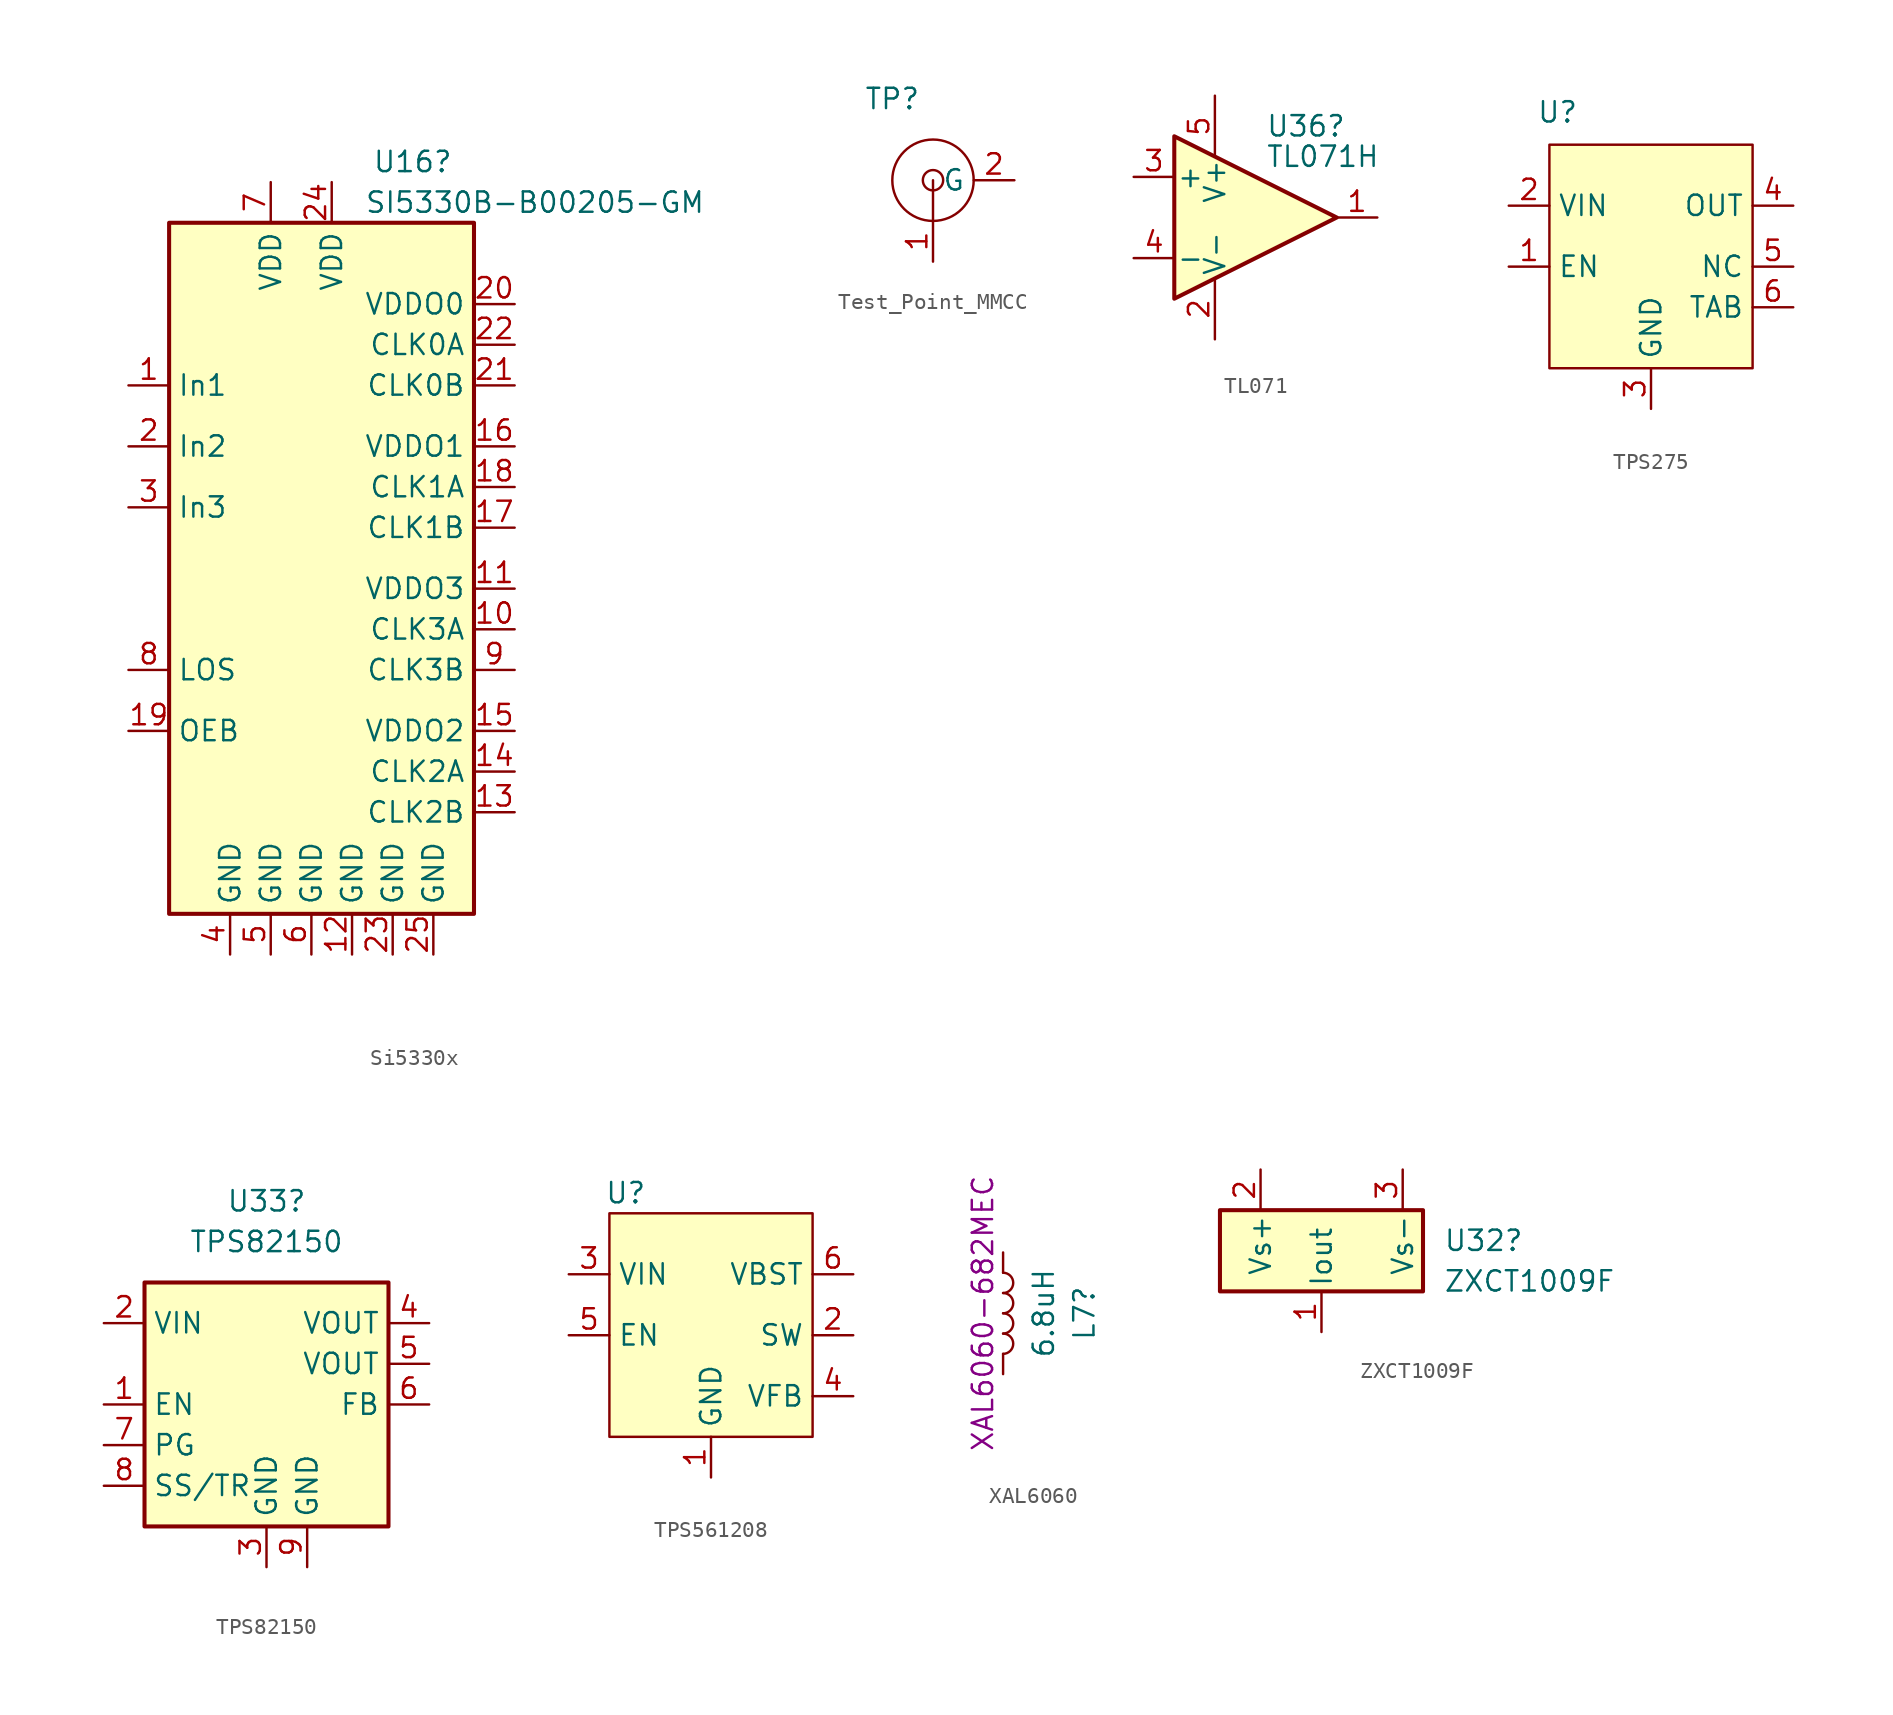
<source format=kicad_sym>
(kicad_symbol_lib
  (version 20241209)
  (generator "kicad_symbol_editor")
  (generator_version "9.0")
  (symbol "Si5330x"
    (property "Reference" "U16"
      (at 12.7 3.81 0)
      (effects (font (size 1.27 1.27)) (justify left)))
    (property "Value" "SI5330B-B00205-GM"
      (at 22.86 1.27 0)
      (effects (font (size 1.27 1.27))))
    (symbol "Si5330x_0_1"
      (rectangle (start 0 0) (end 19.05 -43.18) (stroke (width 0.254) (type default)) (fill (type background))))
    (symbol "Si5330x_1_1"
      (pin passive line (at -2.54 -10.16 0) (length 2.54) (name "In1" (effects (font (size 1.27 1.27)))) (number "1" (effects (font (size 1.27 1.27)))))
      (pin passive line (at -2.54 -13.97 0) (length 2.54) (name "In2" (effects (font (size 1.27 1.27)))) (number "2" (effects (font (size 1.27 1.27)))))
      (pin passive line (at -2.54 -17.78 0) (length 2.54) (name "In3" (effects (font (size 1.27 1.27)))) (number "3" (effects (font (size 1.27 1.27)))))
      (pin passive line (at -2.54 -27.94 0) (length 2.54) (name "LOS" (effects (font (size 1.27 1.27)))) (number "8" (effects (font (size 1.27 1.27)))))
      (pin passive line (at -2.54 -31.75 0) (length 2.54) (name "OEB" (effects (font (size 1.27 1.27)))) (number "19" (effects (font (size 1.27 1.27)))))
      (pin passive line (at 3.81 -45.72 90) (length 2.54) (name "GND" (effects (font (size 1.27 1.27)))) (number "4" (effects (font (size 1.27 1.27)))))
      (pin passive line (at 6.35 2.54 270) (length 2.54) (name "VDD" (effects (font (size 1.27 1.27)))) (number "7" (effects (font (size 1.27 1.27)))))
      (pin passive line (at 6.35 -45.72 90) (length 2.54) (name "GND" (effects (font (size 1.27 1.27)))) (number "5" (effects (font (size 1.27 1.27)))))
      (pin passive line (at 8.89 -45.72 90) (length 2.54) (name "GND" (effects (font (size 1.27 1.27)))) (number "6" (effects (font (size 1.27 1.27)))))
      (pin passive line (at 10.16 2.54 270) (length 2.54) (name "VDD" (effects (font (size 1.27 1.27)))) (number "24" (effects (font (size 1.27 1.27)))))
      (pin passive line (at 11.43 -45.72 90) (length 2.54) (name "GND" (effects (font (size 1.27 1.27)))) (number "12" (effects (font (size 1.27 1.27)))))
      (pin passive line (at 13.97 -45.72 90) (length 2.54) (name "GND" (effects (font (size 1.27 1.27)))) (number "23" (effects (font (size 1.27 1.27)))))
      (pin passive line (at 16.51 -45.72 90) (length 2.54) (name "GND" (effects (font (size 1.27 1.27)))) (number "25" (effects (font (size 1.27 1.27)))))
      (pin passive line (at 21.59 -5.08 180) (length 2.54) (name "VDDO0" (effects (font (size 1.27 1.27)))) (number "20" (effects (font (size 1.27 1.27)))))
      (pin passive line (at 21.59 -7.62 180) (length 2.54) (name "CLK0A" (effects (font (size 1.27 1.27)))) (number "22" (effects (font (size 1.27 1.27)))))
      (pin passive line (at 21.59 -10.16 180) (length 2.54) (name "CLK0B" (effects (font (size 1.27 1.27)))) (number "21" (effects (font (size 1.27 1.27)))))
      (pin passive line (at 21.59 -13.97 180) (length 2.54) (name "VDDO1" (effects (font (size 1.27 1.27)))) (number "16" (effects (font (size 1.27 1.27)))))
      (pin passive line (at 21.59 -16.51 180) (length 2.54) (name "CLK1A" (effects (font (size 1.27 1.27)))) (number "18" (effects (font (size 1.27 1.27)))))
      (pin passive line (at 21.59 -19.05 180) (length 2.54) (name "CLK1B" (effects (font (size 1.27 1.27)))) (number "17" (effects (font (size 1.27 1.27)))))
      (pin passive line (at 21.59 -22.86 180) (length 2.54) (name "VDDO3" (effects (font (size 1.27 1.27)))) (number "11" (effects (font (size 1.27 1.27)))))
      (pin passive line (at 21.59 -25.4 180) (length 2.54) (name "CLK3A" (effects (font (size 1.27 1.27)))) (number "10" (effects (font (size 1.27 1.27)))))
      (pin passive line (at 21.59 -27.94 180) (length 2.54) (name "CLK3B" (effects (font (size 1.27 1.27)))) (number "9" (effects (font (size 1.27 1.27)))))
      (pin passive line (at 21.59 -31.75 180) (length 2.54) (name "VDDO2" (effects (font (size 1.27 1.27)))) (number "15" (effects (font (size 1.27 1.27)))))
      (pin passive line (at 21.59 -34.29 180) (length 2.54) (name "CLK2A" (effects (font (size 1.27 1.27)))) (number "14" (effects (font (size 1.27 1.27)))))
      (pin passive line (at 21.59 -36.83 180) (length 2.54) (name "CLK2B" (effects (font (size 1.27 1.27)))) (number "13" (effects (font (size 1.27 1.27)))))))
  (symbol "Test_Point_MMCC"
    (property "Reference" "TP"
      (at -2.54 5.08 0)
      (effects (font (size 1.27 1.27))))
    (property "Value" ""
      (at 0 0 0)
      (effects (font (size 1.27 1.27))))
    (symbol "Test_Point_MMCC_0_1"
      (polyline (pts (xy 0 0) (xy 0 -2.54)) (stroke (width 0) (type default)) (fill (type none)))
      (circle (center 0 0) (radius 0.635) (stroke (width 0) (type default)) (fill (type none)))
      (circle (center 0 0) (radius 2.54) (stroke (width 0) (type default)) (fill (type none))))
    (symbol "Test_Point_MMCC_1_1"
      (pin input line (at -5.08 0 0) (length 2.54) (hide yes) (name "G" (effects (font (size 1.27 1.27)))) (number "3" (effects (font (size 1.27 1.27)))))
      (pin input line (at 0 -5.08 90) (length 2.54) (name "" (effects (font (size 1.27 1.27)))) (number "1" (effects (font (size 1.27 1.27)))))
      (pin input line (at 5.08 0 180) (length 2.54) (name "G" (effects (font (size 1.27 1.27)))) (number "2" (effects (font (size 1.27 1.27)))))))
  (symbol "TL071"
    (pin_names
      (offset 0.127))
    (property "Reference" "U36"
      (at 0.635 5.715 0)
      (effects (font (size 1.27 1.27)) (justify left)))
    (property "Value" "TL071H"
      (at 0.635 3.81 0)
      (effects (font (size 1.27 1.27)) (justify left)))
    (symbol "TL071_0_1"
      (polyline (pts (xy -5.08 5.08) (xy 5.08 0) (xy -5.08 -5.08) (xy -5.08 5.08)) (stroke (width 0.254) (type default)) (fill (type background))))
    (symbol "TL071_1_1"
      (pin input line (at -7.62 2.54 0) (length 2.54) (name "+" (effects (font (size 1.27 1.27)))) (number "3" (effects (font (size 1.27 1.27)))))
      (pin input line (at -7.62 -2.54 0) (length 2.54) (name "-" (effects (font (size 1.27 1.27)))) (number "4" (effects (font (size 1.27 1.27)))))
      (pin passive line (at -2.54 7.62 270) (length 3.81) (name "V+" (effects (font (size 1.27 1.27)))) (number "5" (effects (font (size 1.27 1.27)))))
      (pin passive line (at -2.54 -7.62 90) (length 3.81) (name "V-" (effects (font (size 1.27 1.27)))) (number "2" (effects (font (size 1.27 1.27)))))
      (pin output line (at 7.62 0 180) (length 2.54) (name "~" (effects (font (size 1.27 1.27)))) (number "1" (effects (font (size 1.27 1.27)))))))
  (symbol "TPS275"
    (property "Reference" "U"
      (at 0.508 2.032 0)
      (effects (font (size 1.27 1.27))))
    (property "Value" ""
      (at 0 0 0)
      (effects (font (size 1.27 1.27))))
    (symbol "TPS275_1_1"
      (rectangle (start 0 0) (end 12.7 -13.97) (stroke (width 0) (type default)) (fill (type background)))
      (pin input line (at -2.54 -3.81 0) (length 2.54) (name "VIN" (effects (font (size 1.27 1.27)))) (number "2" (effects (font (size 1.27 1.27)))))
      (pin input line (at -2.54 -7.62 0) (length 2.54) (name "EN" (effects (font (size 1.27 1.27)))) (number "1" (effects (font (size 1.27 1.27)))))
      (pin passive line (at 6.35 -16.51 90) (length 2.54) (name "GND" (effects (font (size 1.27 1.27)))) (number "3" (effects (font (size 1.27 1.27)))))
      (pin output line (at 15.24 -3.81 180) (length 2.54) (name "OUT" (effects (font (size 1.27 1.27)))) (number "4" (effects (font (size 1.27 1.27)))))
      (pin passive line (at 15.24 -7.62 180) (length 2.54) (name "NC" (effects (font (size 1.27 1.27)))) (number "5" (effects (font (size 1.27 1.27)))))
      (pin passive line (at 15.24 -10.16 180) (length 2.54) (name "TAB" (effects (font (size 1.27 1.27)))) (number "6" (effects (font (size 1.27 1.27)))))))
  (symbol "TPS82150"
    (property "Reference" "U33"
      (at 0 12.7 0)
      (effects (font (size 1.27 1.27))))
    (property "Value" "TPS82150"
      (at 0 10.16 0)
      (effects (font (size 1.27 1.27))))
    (symbol "TPS82150_0_1"
      (rectangle (start -7.62 7.62) (end 7.62 -7.62) (stroke (width 0.254) (type default)) (fill (type background))))
    (symbol "TPS82150_1_1"
      (pin power_in line (at -10.16 5.08 0) (length 2.54) (name "VIN" (effects (font (size 1.27 1.27)))) (number "2" (effects (font (size 1.27 1.27)))))
      (pin input line (at -10.16 0 0) (length 2.54) (name "EN" (effects (font (size 1.27 1.27)))) (number "1" (effects (font (size 1.27 1.27)))))
      (pin open_collector line (at -10.16 -2.54 0) (length 2.54) (name "PG" (effects (font (size 1.27 1.27)))) (number "7" (effects (font (size 1.27 1.27)))))
      (pin input line (at -10.16 -5.08 0) (length 2.54) (name "SS/TR" (effects (font (size 1.27 1.27)))) (number "8" (effects (font (size 1.27 1.27)))))
      (pin power_in line (at 0 -10.16 90) (length 2.54) (name "GND" (effects (font (size 1.27 1.27)))) (number "3" (effects (font (size 1.27 1.27)))))
      (pin passive line (at 2.54 -10.16 90) (length 2.54) (name "GND" (effects (font (size 1.27 1.27)))) (number "9" (effects (font (size 1.27 1.27)))))
      (pin power_out line (at 10.16 5.08 180) (length 2.54) (name "VOUT" (effects (font (size 1.27 1.27)))) (number "4" (effects (font (size 1.27 1.27)))))
      (pin passive line (at 10.16 2.54 180) (length 2.54) (name "VOUT" (effects (font (size 1.27 1.27)))) (number "5" (effects (font (size 1.27 1.27)))))
      (pin input line (at 10.16 0 180) (length 2.54) (name "FB" (effects (font (size 1.27 1.27)))) (number "6" (effects (font (size 1.27 1.27)))))))
  (symbol "TPS561208"
    (property "Reference" "U"
      (at 1.016 1.27 0)
      (effects (font (size 1.27 1.27))))
    (property "Value" ""
      (at 0 0 0)
      (effects (font (size 1.27 1.27))))
    (symbol "TPS561208_1_1"
      (rectangle (start 0 0) (end 12.7 -13.97) (stroke (width 0) (type default)) (fill (type background)))
      (pin input line (at -2.54 -3.81 0) (length 2.54) (name "VIN" (effects (font (size 1.27 1.27)))) (number "3" (effects (font (size 1.27 1.27)))))
      (pin input line (at -2.54 -7.62 0) (length 2.54) (name "EN" (effects (font (size 1.27 1.27)))) (number "5" (effects (font (size 1.27 1.27)))))
      (pin passive line (at 6.35 -16.51 90) (length 2.54) (name "GND" (effects (font (size 1.27 1.27)))) (number "1" (effects (font (size 1.27 1.27)))))
      (pin passive line (at 15.24 -3.81 180) (length 2.54) (name "VBST" (effects (font (size 1.27 1.27)))) (number "6" (effects (font (size 1.27 1.27)))))
      (pin output line (at 15.24 -7.62 180) (length 2.54) (name "SW" (effects (font (size 1.27 1.27)))) (number "2" (effects (font (size 1.27 1.27)))))
      (pin passive line (at 15.24 -11.43 180) (length 2.54) (name "VFB" (effects (font (size 1.27 1.27)))) (number "4" (effects (font (size 1.27 1.27)))))))
  (symbol "XAL6060"
    (pin_numbers
      (hide yes))
    (pin_names
      (offset 1.016)
      (hide yes))
    (property "Reference" "L7"
      (at 5.08 0 90)
      (effects (font (size 1.27 1.27))))
    (property "Value" "6.8uH"
      (at 2.54 0 90)
      (effects (font (size 1.27 1.27))))
    (property "MPN" "XAL6060-682MEC"
      (at -1.27 0 90)
      (effects (font (size 1.27 1.27))))
    (symbol "XAL6060_0_1"
      (arc (start 0 2.54) (mid 0.6323 1.905) (end 0 1.27) (stroke (width 0) (type default)) (fill (type none)))
      (arc (start 0 1.27) (mid 0.6323 0.635) (end 0 0) (stroke (width 0) (type default)) (fill (type none)))
      (arc (start 0 0) (mid 0.6323 -0.635) (end 0 -1.27) (stroke (width 0) (type default)) (fill (type none)))
      (arc (start 0 -1.27) (mid 0.6323 -1.905) (end 0 -2.54) (stroke (width 0) (type default)) (fill (type none))))
    (symbol "XAL6060_1_1"
      (pin passive line (at 0 3.81 270) (length 1.27) (name "1" (effects (font (size 1.27 1.27)))) (number "1" (effects (font (size 1.27 1.27)))))
      (pin passive line (at 0 -3.81 90) (length 1.27) (name "2" (effects (font (size 1.27 1.27)))) (number "2" (effects (font (size 1.27 1.27)))))))
  (symbol "ZXCT1009F"
    (pin_names
      (offset 0.254))
    (property "Reference" "U32"
      (at 7.62 0.635 0)
      (effects (font (size 1.27 1.27)) (justify left)))
    (property "Value" "ZXCT1009F"
      (at 7.62 -1.905 0)
      (effects (font (size 1.27 1.27)) (justify left)))
    (symbol "ZXCT1009F_0_1"
      (rectangle (start -6.35 2.54) (end 6.35 -2.54) (stroke (width 0.254) (type default)) (fill (type background))))
    (symbol "ZXCT1009F_1_1"
      (pin input line (at -3.81 5.08 270) (length 2.54) (name "Vs+" (effects (font (size 1.27 1.27)))) (number "2" (effects (font (size 1.27 1.27)))))
      (pin output line (at 0 -5.08 90) (length 2.54) (name "Iout" (effects (font (size 1.27 1.27)))) (number "1" (effects (font (size 1.27 1.27)))))
      (pin input line (at 5.08 5.08 270) (length 2.54) (name "Vs-" (effects (font (size 1.27 1.27)))) (number "3" (effects (font (size 1.27 1.27))))))))
</source>
